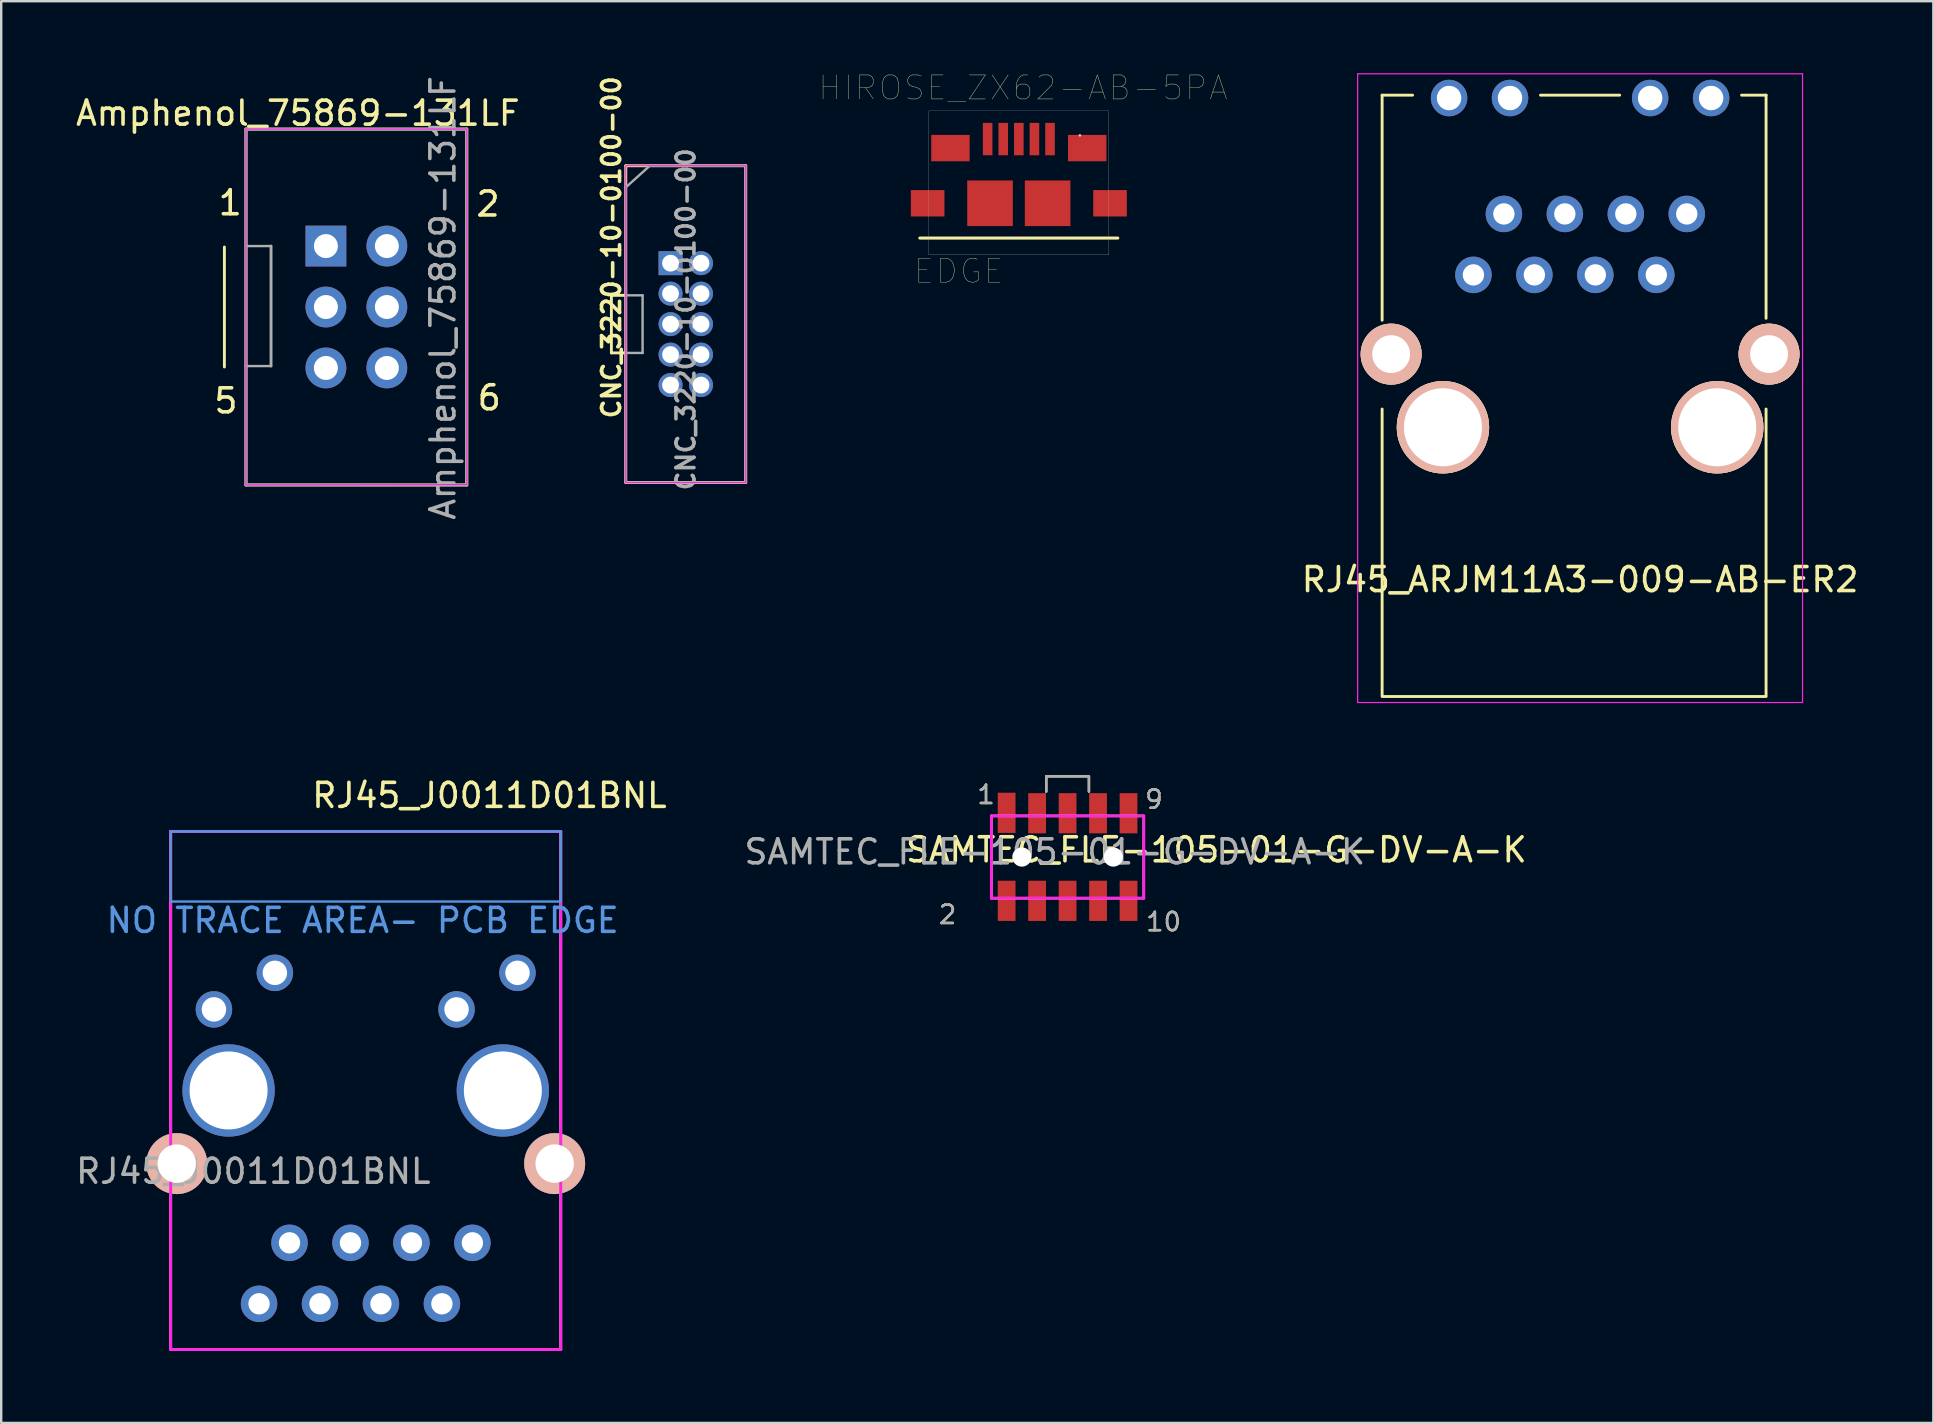
<source format=kicad_pcb>
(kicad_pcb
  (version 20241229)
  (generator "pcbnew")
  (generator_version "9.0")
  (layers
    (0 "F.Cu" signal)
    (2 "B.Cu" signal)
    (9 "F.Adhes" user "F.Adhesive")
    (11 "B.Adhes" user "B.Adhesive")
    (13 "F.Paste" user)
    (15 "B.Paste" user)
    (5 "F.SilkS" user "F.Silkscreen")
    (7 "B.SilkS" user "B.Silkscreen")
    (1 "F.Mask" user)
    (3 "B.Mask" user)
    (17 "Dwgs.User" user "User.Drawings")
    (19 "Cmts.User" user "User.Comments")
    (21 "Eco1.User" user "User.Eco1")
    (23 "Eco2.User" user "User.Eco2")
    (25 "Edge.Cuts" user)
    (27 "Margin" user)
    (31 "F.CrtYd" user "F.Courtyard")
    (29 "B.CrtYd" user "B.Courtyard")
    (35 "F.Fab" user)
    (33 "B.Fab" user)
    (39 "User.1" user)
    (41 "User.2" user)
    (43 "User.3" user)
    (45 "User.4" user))
  (footprint "SAMTEC_FLE-105-01-G-DV-A-K"
    (layer "F.Cu")
    (at 41.439 32.665)
    (property "Reference" "SAMTEC_FLE-105-01-G-DV-A-K" (at 6.2 -0.3 0) (layer "F.SilkS") (effects (font (size 1 1) (thickness 0.15))))
    (attr through_hole)
    (fp_line (start -3.175 -1.714) (end -3.175 1.714) (stroke (width 0.102) (type solid)) (layer "F.SilkS"))
    (fp_line (start -3.175 1.714) (end 3.175 1.714) (stroke (width 0.102) (type solid)) (layer "F.SilkS"))
    (fp_line (start -0.889 -3.364) (end -0.889 -2.729) (stroke (width 0.102) (type solid)) (layer "F.SilkS"))
    (fp_line (start 0.889 -3.364) (end -0.889 -3.364) (stroke (width 0.102) (type solid)) (layer "F.SilkS"))
    (fp_line (start 0.889 -2.729) (end 0.889 -3.364) (stroke (width 0.102) (type solid)) (layer "F.SilkS"))
    (fp_line (start 3.175 -1.714) (end -3.175 -1.714) (stroke (width 0.102) (type solid)) (layer "F.SilkS"))
    (fp_line (start 3.175 1.714) (end 3.175 -1.714) (stroke (width 0.102) (type solid)) (layer "F.SilkS"))
    (fp_line (start -3.175 -1.714) (end 3.175 -1.714) (stroke (width 0.12) (type solid)) (layer "F.CrtYd"))
    (fp_line (start -3.175 1.714) (end -3.175 -1.714) (stroke (width 0.12) (type solid)) (layer "F.CrtYd"))
    (fp_line (start 3.175 -1.714) (end 3.175 1.714) (stroke (width 0.12) (type solid)) (layer "F.CrtYd"))
    (fp_line (start 3.175 1.714) (end -3.175 1.714) (stroke (width 0.12) (type solid)) (layer "F.CrtYd"))
    (fp_line (start -0.889 -3.364) (end -0.889 -2.729) (stroke (width 0.102) (type solid)) (layer "F.Fab"))
    (fp_line (start 0.889 -3.364) (end -0.889 -3.364) (stroke (width 0.102) (type solid)) (layer "F.Fab"))
    (fp_line (start 0.889 -2.729) (end 0.889 -3.364) (stroke (width 0.102) (type solid)) (layer "F.Fab"))
    (fp_text user "2" (at -5 2.4 0) (layer "F.SilkS") (effects (font (size 0.762 0.762) (thickness 0.102))))
    (fp_text user "1" (at -3.4 -2.6 0) (layer "F.SilkS") (effects (font (size 0.762 0.762) (thickness 0.102))))
    (fp_text user "9" (at 3.6 -2.4 0) (layer "F.SilkS") (effects (font (size 0.762 0.762) (thickness 0.102))))
    (fp_text user "10" (at 4 2.7 0) (layer "F.SilkS") (effects (font (size 0.762 0.762) (thickness 0.102))))
    (fp_text user "9" (at 3.6 -2.4 0) (layer "F.Fab") (effects (font (size 0.762 0.762) (thickness 0.102))))
    (fp_text user "${REFERENCE}" (at -0.533 -0.216 0) (layer "F.Fab") (effects (font (size 1 1) (thickness 0.15))))
    (fp_text user "1" (at -3.4 -2.6 0) (layer "F.Fab") (effects (font (size 0.762 0.762) (thickness 0.102))))
    (fp_text user "2" (at -5 2.4 0) (layer "F.Fab") (effects (font (size 0.762 0.762) (thickness 0.102))))
    (fp_text user "10" (at 4 2.7 0) (layer "F.Fab") (effects (font (size 0.762 0.762) (thickness 0.102))))
    (pad "" np_thru_hole circle (at -1.905 0) (size 0.8 0.8) (drill 0.8) (layers "*.Cu" "*.Mask"))
    (pad "" np_thru_hole circle (at 1.905 0) (size 0.8 0.8) (drill 0.8) (layers "*.Cu" "*.Mask"))
    (pad "1" smd rect (at -2.54 -1.843) (size 0.74 1.675) (layers "F.Cu" "F.Mask" "F.Paste"))
    (pad "2" smd rect (at -2.54 1.825) (size 0.74 1.675) (layers "F.Cu" "F.Mask" "F.Paste"))
    (pad "3" smd rect (at -1.27 -1.825) (size 0.74 1.675) (layers "F.Cu" "F.Mask" "F.Paste"))
    (pad "4" smd rect (at -1.27 1.825) (size 0.74 1.675) (layers "F.Cu" "F.Mask" "F.Paste"))
    (pad "5" smd rect (at 0 -1.825) (size 0.74 1.675) (layers "F.Cu" "F.Mask" "F.Paste"))
    (pad "6" smd rect (at 0 1.825) (size 0.74 1.675) (layers "F.Cu" "F.Mask" "F.Paste"))
    (pad "7" smd rect (at 1.27 -1.825) (size 0.74 1.675) (layers "F.Cu" "F.Mask" "F.Paste"))
    (pad "8" smd rect (at 1.27 1.825) (size 0.74 1.675) (layers "F.Cu" "F.Mask" "F.Paste"))
    (pad "9" smd rect (at 2.54 -1.825) (size 0.74 1.675) (layers "F.Cu" "F.Mask" "F.Paste"))
    (pad "10" smd rect (at 2.54 1.825) (size 0.74 1.675) (layers "F.Cu" "F.Mask" "F.Paste")))
  (footprint "CNC_3220-10-0100-00"
    (layer "F.Cu")
    (at 25.528 10.457)
    (property "Reference" "CNC_3220-10-0100-00" (at -3.1 -3.2 270) (layer "F.SilkS") (effects (font (size 0.75 0.75) (thickness 0.15))))
    (attr through_hole)
    (fp_line (start -3.1 -1.2) (end -3.1 1.2) (stroke (width 0.12) (type solid)) (layer "F.SilkS"))
    (fp_line (start -3.1 1.2) (end -2.5 1.2) (stroke (width 0.12) (type solid)) (layer "F.SilkS"))
    (fp_line (start -2.5 -6.6) (end -2.5 6.6) (stroke (width 0.12) (type solid)) (layer "F.SilkS"))
    (fp_line (start -2.5 -1.2) (end -3.1 -1.2) (stroke (width 0.12) (type solid)) (layer "F.SilkS"))
    (fp_line (start -2.5 6.6) (end 2.5 6.6) (stroke (width 0.12) (type solid)) (layer "F.SilkS"))
    (fp_line (start 2.5 -6.6) (end -2.5 -6.6) (stroke (width 0.12) (type solid)) (layer "F.SilkS"))
    (fp_line (start 2.5 -6.6) (end 2.5 6.6) (stroke (width 0.12) (type solid)) (layer "F.SilkS"))
    (fp_line (start -2.5 -6.6) (end -2.5 6.6) (stroke (width 0.05) (type solid)) (layer "F.CrtYd"))
    (fp_line (start -2.5 6.6) (end 2.5 6.6) (stroke (width 0.05) (type solid)) (layer "F.CrtYd"))
    (fp_line (start 2.5 -6.6) (end -2.5 -6.6) (stroke (width 0.05) (type solid)) (layer "F.CrtYd"))
    (fp_line (start 2.5 6.6) (end 2.5 -6.6) (stroke (width 0.05) (type solid)) (layer "F.CrtYd"))
    (fp_line (start -2.5 -5.7) (end -1.5 -6.6) (stroke (width 0.1) (type solid)) (layer "F.Fab"))
    (fp_line (start -2.5 6.598) (end -2.5 -5.7) (stroke (width 0.1) (type solid)) (layer "F.Fab"))
    (fp_line (start -1.8 -1.2) (end -2.5 -1.2) (stroke (width 0.1) (type solid)) (layer "F.Fab"))
    (fp_line (start -1.8 -1.2) (end -1.8 1.2) (stroke (width 0.1) (type solid)) (layer "F.Fab"))
    (fp_line (start -1.8 1.2) (end -2.5 1.2) (stroke (width 0.1) (type solid)) (layer "F.Fab"))
    (fp_line (start -1.5 -6.6) (end 2.5 -6.6) (stroke (width 0.1) (type solid)) (layer "F.Fab"))
    (fp_line (start 2.5 -6.6) (end 2.5 6.6) (stroke (width 0.1) (type solid)) (layer "F.Fab"))
    (fp_line (start 2.5 6.6) (end -2.5 6.598) (stroke (width 0.1) (type solid)) (layer "F.Fab"))
    (fp_text user "${REFERENCE}" (at 0 -0.2 90) (layer "F.Fab") (effects (font (size 0.75 0.75) (thickness 0.15))))
    (pad "1" thru_hole rect (at -0.635 -2.54) (size 1 1) (drill 0.7) (layers "*.Cu" "*.Mask"))
    (pad "2" thru_hole oval (at 0.635 -2.54) (size 1 1) (drill 0.7) (layers "*.Cu" "*.Mask"))
    (pad "3" thru_hole oval (at -0.635 -1.27) (size 1 1) (drill 0.7) (layers "*.Cu" "*.Mask"))
    (pad "4" thru_hole oval (at 0.635 -1.27) (size 1 1) (drill 0.7) (layers "*.Cu" "*.Mask"))
    (pad "5" thru_hole oval (at -0.635 0) (size 1 1) (drill 0.7) (layers "*.Cu" "*.Mask"))
    (pad "6" thru_hole oval (at 0.635 0) (size 1 1) (drill 0.7) (layers "*.Cu" "*.Mask"))
    (pad "7" thru_hole oval (at -0.635 1.27) (size 1 1) (drill 0.7) (layers "*.Cu" "*.Mask"))
    (pad "8" thru_hole oval (at 0.635 1.27) (size 1 1) (drill 0.7) (layers "*.Cu" "*.Mask"))
    (pad "9" thru_hole oval (at -0.635 2.54) (size 1 1) (drill 0.7) (layers "*.Cu" "*.Mask"))
    (pad "10" thru_hole oval (at 0.635 2.54) (size 1 1) (drill 0.7) (layers "*.Cu" "*.Mask")))
  (footprint "HIROSE_ZX62-AB-5PA"
    (layer "F.Cu")
    (at 39.407 5.421)
    (property "Reference" "HIROSE_ZX62-AB-5PA" (at 0.175 -4.81 0) (layer "F.SilkS") (effects (font (size 1 1) (thickness 0.015))))
    (attr smd)
    (fp_line (start -4.125 1.45) (end 4.125 1.45) (stroke (width 0.127) (type solid)) (layer "F.SilkS"))
    (fp_line (start 2.55 -2.83) (end 2.54 -2.83) (stroke (width 0.1) (type solid)) (layer "Edge.Cuts"))
    (fp_poly (pts (xy -3.75 -3.85) (xy 3.75 -3.85) (xy 3.75 2.15) (xy -3.75 2.15)) (stroke (width 0.01) (type solid)) (fill no) (layer "F.Fab"))
    (fp_text user "EDGE" (at -2.5 2.825 0) (layer "F.SilkS") (effects (font (size 1 1) (thickness 0.015))))
    (pad "1" smd rect (at -1.3 -2.675) (size 0.4 1.35) (layers "F.Cu" "F.Mask" "F.Paste"))
    (pad "2" smd rect (at -0.65 -2.675) (size 0.4 1.35) (layers "F.Cu" "F.Mask" "F.Paste"))
    (pad "3" smd rect (at 0 -2.675) (size 0.4 1.35) (layers "F.Cu" "F.Mask" "F.Paste"))
    (pad "4" smd rect (at 0.65 -2.675) (size 0.4 1.35) (layers "F.Cu" "F.Mask" "F.Paste"))
    (pad "5" smd rect (at 1.3 -2.675) (size 0.4 1.35) (layers "F.Cu" "F.Mask" "F.Paste"))
    (pad "6" smd rect (at -3.8 0) (size 1.4 1.1) (layers "F.Cu" "F.Mask" "F.Paste"))
    (pad "6" smd rect (at -2.85 -2.3) (size 1.6 1.1) (layers "F.Cu" "F.Mask" "F.Paste"))
    (pad "6" smd rect (at -1.2 0) (size 1.9 1.9) (layers "F.Cu" "F.Mask" "F.Paste"))
    (pad "6" smd rect (at 1.2 0) (size 1.9 1.9) (layers "F.Cu" "F.Mask" "F.Paste"))
    (pad "6" smd rect (at 2.85 -2.3) (size 1.6 1.1) (layers "F.Cu" "F.Mask" "F.Paste"))
    (pad "6" smd rect (at 3.8 0) (size 1.4 1.1) (layers "F.Cu" "F.Mask" "F.Paste")))
  (footprint "Amphenol_75869-131LF"
    (layer "F.Cu")
    (at 11.801 9.744)
    (property "Reference" "Amphenol_75869-131LF" (at -2.438 -8.077 0) (layer "F.SilkS") (effects (font (size 1 1) (thickness 0.15))))
    (attr through_hole)
    (fp_line (start -5.5 -2.5) (end -5.5 2.5) (stroke (width 0.12) (type solid)) (layer "F.SilkS"))
    (fp_line (start -4.6 -7.415) (end 4.6 -7.415) (stroke (width 0.12) (type solid)) (layer "F.SilkS"))
    (fp_line (start -4.6 7.415) (end -4.6 -7.415) (stroke (width 0.12) (type solid)) (layer "F.SilkS"))
    (fp_line (start -4.6 7.415) (end 4.6 7.415) (stroke (width 0.12) (type solid)) (layer "F.SilkS"))
    (fp_line (start 4.6 -7.415) (end 4.6 7.415) (stroke (width 0.12) (type solid)) (layer "F.SilkS"))
    (fp_line (start -4.6 -7.415) (end -4.6 7.415) (stroke (width 0.05) (type solid)) (layer "F.CrtYd"))
    (fp_line (start -4.6 7.415) (end 4.6 7.4) (stroke (width 0.05) (type solid)) (layer "F.CrtYd"))
    (fp_line (start 4.6 -7.415) (end -4.6 -7.415) (stroke (width 0.05) (type solid)) (layer "F.CrtYd"))
    (fp_line (start 4.6 7.4) (end 4.6 -7.415) (stroke (width 0.05) (type solid)) (layer "F.CrtYd"))
    (fp_line (start -4.6 -7.415) (end 4.6 -7.415) (stroke (width 0.12) (type solid)) (layer "F.Fab"))
    (fp_line (start -4.6 7.415) (end -4.6 -7.415) (stroke (width 0.12) (type solid)) (layer "F.Fab"))
    (fp_line (start -4.6 7.415) (end 4.6 7.415) (stroke (width 0.12) (type solid)) (layer "F.Fab"))
    (fp_line (start -3.556 -2.54) (end -4.572 -2.54) (stroke (width 0.1) (type solid)) (layer "F.Fab"))
    (fp_line (start -3.556 -2.54) (end -3.556 2.46) (stroke (width 0.12) (type solid)) (layer "F.Fab"))
    (fp_line (start -3.556 2.46) (end -4.623 2.46) (stroke (width 0.1) (type solid)) (layer "F.Fab"))
    (fp_line (start 4.6 -7.415) (end 4.6 7.415) (stroke (width 0.12) (type solid)) (layer "F.Fab"))
    (fp_text user "5" (at -5.436 3.912 0) (unlocked yes) (layer "F.SilkS") (effects (font (size 1 1) (thickness 0.15))))
    (fp_text user "6" (at 5.537 3.785 0) (unlocked yes) (layer "F.SilkS") (effects (font (size 1 1) (thickness 0.15))))
    (fp_text user "2" (at 5.486 -4.293 0) (unlocked yes) (layer "F.SilkS") (effects (font (size 1 1) (thickness 0.15))))
    (fp_text user "1" (at -5.258 -4.343 0) (unlocked yes) (layer "F.SilkS") (effects (font (size 1 1) (thickness 0.15))))
    (fp_text user "${REFERENCE}" (at 3.607 -0.381 90) (layer "F.Fab") (effects (font (size 1 1) (thickness 0.15))))
    (pad "1" thru_hole rect (at -1.27 -2.54) (size 1.7 1.7) (drill 1) (layers "*.Cu" "*.Mask"))
    (pad "2" thru_hole oval (at 1.27 -2.54) (size 1.7 1.7) (drill 1) (layers "*.Cu" "*.Mask"))
    (pad "3" thru_hole oval (at -1.27 0) (size 1.7 1.7) (drill 1) (layers "*.Cu" "*.Mask"))
    (pad "4" thru_hole oval (at 1.27 0) (size 1.7 1.7) (drill 1) (layers "*.Cu" "*.Mask"))
    (pad "5" thru_hole oval (at -1.27 2.54) (size 1.7 1.7) (drill 1) (layers "*.Cu" "*.Mask"))
    (pad "6" thru_hole oval (at 1.27 2.54) (size 1.7 1.7) (drill 1) (layers "*.Cu" "*.Mask")))
  (footprint "RJ45_J0011D01BNL"
    (layer "F.Cu")
    (at 12.19 42.392)
    (property "Reference" "RJ45_J0011D01BNL" (at 5.156 -12.294 0) (layer "F.SilkS") (effects (font (size 1 1) (thickness 0.15))))
    (attr through_hole)
    (fp_line (start -8.128 -10.795) (end -8.128 10.795) (stroke (width 0.102) (type solid)) (layer "F.SilkS"))
    (fp_line (start -8.128 10.795) (end 8.128 10.795) (stroke (width 0.102) (type solid)) (layer "F.SilkS"))
    (fp_line (start 8.128 -10.795) (end -8.128 -10.795) (stroke (width 0.102) (type solid)) (layer "F.SilkS"))
    (fp_line (start 8.128 10.795) (end 8.128 -10.795) (stroke (width 0.102) (type solid)) (layer "F.SilkS"))
    (fp_poly (pts (xy 8.128 -7.874) (xy -8.128 -7.874) (xy -8.128 -10.795) (xy 8.128 -10.795)) (stroke (width 0.1) (type solid)) (fill no) (layer "Cmts.User"))
    (fp_line (start -8.128 -10.795) (end -8.128 10.795) (stroke (width 0.12) (type solid)) (layer "F.CrtYd"))
    (fp_line (start -8.128 10.795) (end 8.128 10.795) (stroke (width 0.12) (type solid)) (layer "F.CrtYd"))
    (fp_line (start 8.128 -10.795) (end -8.128 -10.795) (stroke (width 0.12) (type solid)) (layer "F.CrtYd"))
    (fp_line (start 8.128 10.795) (end 8.128 -10.795) (stroke (width 0.12) (type solid)) (layer "F.CrtYd"))
    (fp_line (start -8.128 -10.795) (end -8.128 10.795) (stroke (width 0.12) (type solid)) (layer "F.Fab"))
    (fp_line (start -8.128 10.795) (end 8.128 10.795) (stroke (width 0.12) (type solid)) (layer "F.Fab"))
    (fp_line (start 8.128 -10.795) (end -8.128 -10.795) (stroke (width 0.12) (type solid)) (layer "F.Fab"))
    (fp_line (start 8.128 10.795) (end 8.128 -10.795) (stroke (width 0.12) (type solid)) (layer "F.Fab"))
    (fp_text user "NO TRACE AREA- PCB EDGE" (at -0.127 -7.087 0) (layer "Cmts.User") (effects (font (size 1 1) (thickness 0.15))))
    (fp_text user "${REFERENCE}" (at -4.684 3.368 0) (layer "F.Fab") (effects (font (size 1 1) (thickness 0.15))))
    (pad "" np_thru_hole circle (at -5.715 0) (size 3.85 3.85) (drill 3.251) (layers "*.Cu" "*.Mask"))
    (pad "" np_thru_hole circle (at 5.715 0) (size 3.85 3.85) (drill 3.251) (layers "*.Cu" "*.Mask"))
    (pad "1" thru_hole circle (at 4.445 6.35) (size 1.52 1.52) (drill 0.889) (layers "*.Cu" "*.Mask"))
    (pad "2" thru_hole circle (at 3.175 8.89) (size 1.52 1.52) (drill 0.889) (layers "*.Cu" "*.Mask"))
    (pad "3" thru_hole circle (at 1.905 6.35) (size 1.52 1.52) (drill 0.889) (layers "*.Cu" "*.Mask"))
    (pad "4" thru_hole circle (at 0.635 8.89) (size 1.52 1.52) (drill 0.889) (layers "*.Cu" "*.Mask"))
    (pad "5" thru_hole circle (at -0.635 6.35) (size 1.52 1.52) (drill 0.889) (layers "*.Cu" "*.Mask"))
    (pad "6" thru_hole circle (at -1.905 8.89) (size 1.52 1.52) (drill 0.889) (layers "*.Cu" "*.Mask"))
    (pad "7" thru_hole circle (at -3.175 6.35) (size 1.52 1.52) (drill 0.889) (layers "*.Cu" "*.Mask"))
    (pad "8" thru_hole circle (at -4.445 8.89) (size 1.52 1.52) (drill 0.889) (layers "*.Cu" "*.Mask"))
    (pad "9" thru_hole circle (at 6.325 -4.902) (size 1.52 1.52) (drill 1.02) (layers "*.Cu" "*.Mask"))
    (pad "10" thru_hole circle (at 3.785 -3.378) (size 1.52 1.52) (drill 1.02) (layers "*.Cu" "*.Mask"))
    (pad "11" thru_hole circle (at -3.785 -4.902) (size 1.52 1.52) (drill 1.02) (layers "*.Cu" "*.Mask"))
    (pad "12" thru_hole circle (at -6.325 -3.378) (size 1.52 1.52) (drill 1.02) (layers "*.Cu" "*.Mask"))
    (pad "13" thru_hole circle (at -7.874 3.048) (size 2.54 2.54) (drill 1.6) (layers "*.Cu" "*.Mask" "B.SilkS"))
    (pad "13" thru_hole circle (at 7.874 3.048) (size 2.54 2.54) (drill 1.6) (layers "*.Cu" "*.Mask" "B.SilkS")))
  (footprint "RJ45_ARJM11A3-009-AB-ER2"
    (layer "F.Cu")
    (at 62.796 14.755)
    (property "Reference" "RJ45_ARJM11A3-009-AB-ER2" (at 0 6.35 0) (layer "F.SilkS") (effects (font (size 1 1) (thickness 0.15))))
    (attr through_hole)
    (fp_line (start -8.25 -13.84) (end -8.25 -4.46) (stroke (width 0.12) (type solid)) (layer "F.SilkS"))
    (fp_line (start -8.25 -13.84) (end -6.98 -13.84) (stroke (width 0.12) (type solid)) (layer "F.SilkS"))
    (fp_line (start -8.25 11.18) (end -8.25 -0.76) (stroke (width 0.12) (type solid)) (layer "F.SilkS"))
    (fp_line (start -8.25 11.22) (end 7.75 11.22) (stroke (width 0.12) (type solid)) (layer "F.SilkS"))
    (fp_line (start -1.65 -13.84) (end 1.65 -13.84) (stroke (width 0.12) (type solid)) (layer "F.SilkS"))
    (fp_line (start 7.75 -13.84) (end 6.73 -13.84) (stroke (width 0.12) (type solid)) (layer "F.SilkS"))
    (fp_line (start 7.75 -13.84) (end 7.75 -4.54) (stroke (width 0.12) (type solid)) (layer "F.SilkS"))
    (fp_line (start 7.75 11.18) (end 7.75 -0.76) (stroke (width 0.12) (type solid)) (layer "F.SilkS"))
    (fp_line (start -9.27 -14.73) (end -9.27 11.47) (stroke (width 0.05) (type solid)) (layer "F.CrtYd"))
    (fp_line (start -9.27 -14.73) (end 9.27 -14.73) (stroke (width 0.05) (type solid)) (layer "F.CrtYd"))
    (fp_line (start 9.27 11.47) (end -9.27 11.47) (stroke (width 0.05) (type solid)) (layer "F.CrtYd"))
    (fp_line (start 9.27 11.47) (end 9.27 -14.73) (stroke (width 0.05) (type solid)) (layer "F.CrtYd"))
    (pad "1" thru_hole circle (at -4.445 -6.35) (size 1.52 1.52) (drill 0.889) (layers "*.Cu" "*.Mask"))
    (pad "2" thru_hole circle (at -3.175 -8.89) (size 1.52 1.52) (drill 0.889) (layers "*.Cu" "*.Mask"))
    (pad "3" thru_hole circle (at -1.905 -6.35) (size 1.52 1.52) (drill 0.889) (layers "*.Cu" "*.Mask"))
    (pad "4" thru_hole circle (at -0.635 -8.89) (size 1.52 1.52) (drill 0.889) (layers "*.Cu" "*.Mask"))
    (pad "5" thru_hole circle (at 0.635 -6.35) (size 1.52 1.52) (drill 0.889) (layers "*.Cu" "*.Mask"))
    (pad "6" thru_hole circle (at 1.905 -8.89) (size 1.52 1.52) (drill 0.889) (layers "*.Cu" "*.Mask"))
    (pad "7" thru_hole circle (at 3.175 -6.35) (size 1.52 1.52) (drill 0.889) (layers "*.Cu" "*.Mask"))
    (pad "8" thru_hole circle (at 4.445 -8.89) (size 1.52 1.52) (drill 0.889) (layers "*.Cu" "*.Mask"))
    (pad "13" thru_hole circle (at -7.874 -3.048) (size 2.54 2.54) (drill 1.575) (layers "*.Cu" "*.SilkS" "*.Mask"))
    (pad "13" thru_hole circle (at 7.874 -3.048) (size 2.54 2.54) (drill 1.575) (layers "*.Cu" "*.SilkS" "*.Mask"))
    (pad "GA" thru_hole circle (at 2.92 -13.72) (size 1.52 1.52) (drill 1.02) (layers "*.Cu" "*.Mask"))
    (pad "GK" thru_hole circle (at 5.46 -13.72) (size 1.52 1.52) (drill 1.02) (layers "*.Cu" "*.Mask"))
    (pad "Hole" thru_hole circle (at -5.715 0) (size 3.85 3.85) (drill 3.251) (layers "*.Cu" "*.SilkS" "*.Mask"))
    (pad "Hole" thru_hole circle (at 5.715 0) (size 3.85 3.85) (drill 3.251) (layers "*.Cu" "*.SilkS" "*.Mask"))
    (pad "L1" thru_hole circle (at -5.46 -13.72) (size 1.52 1.52) (drill 1.02) (layers "*.Cu" "*.Mask"))
    (pad "YK" thru_hole circle (at -2.92 -13.72) (size 1.52 1.52) (drill 1.02) (layers "*.Cu" "*.Mask")))
  (gr_rect
    (start -3 -3)
    (end 77.517 56.247)
    (stroke (width 0.1) (type default))
    (fill no)
    (layer "Edge.Cuts")))
</source>
